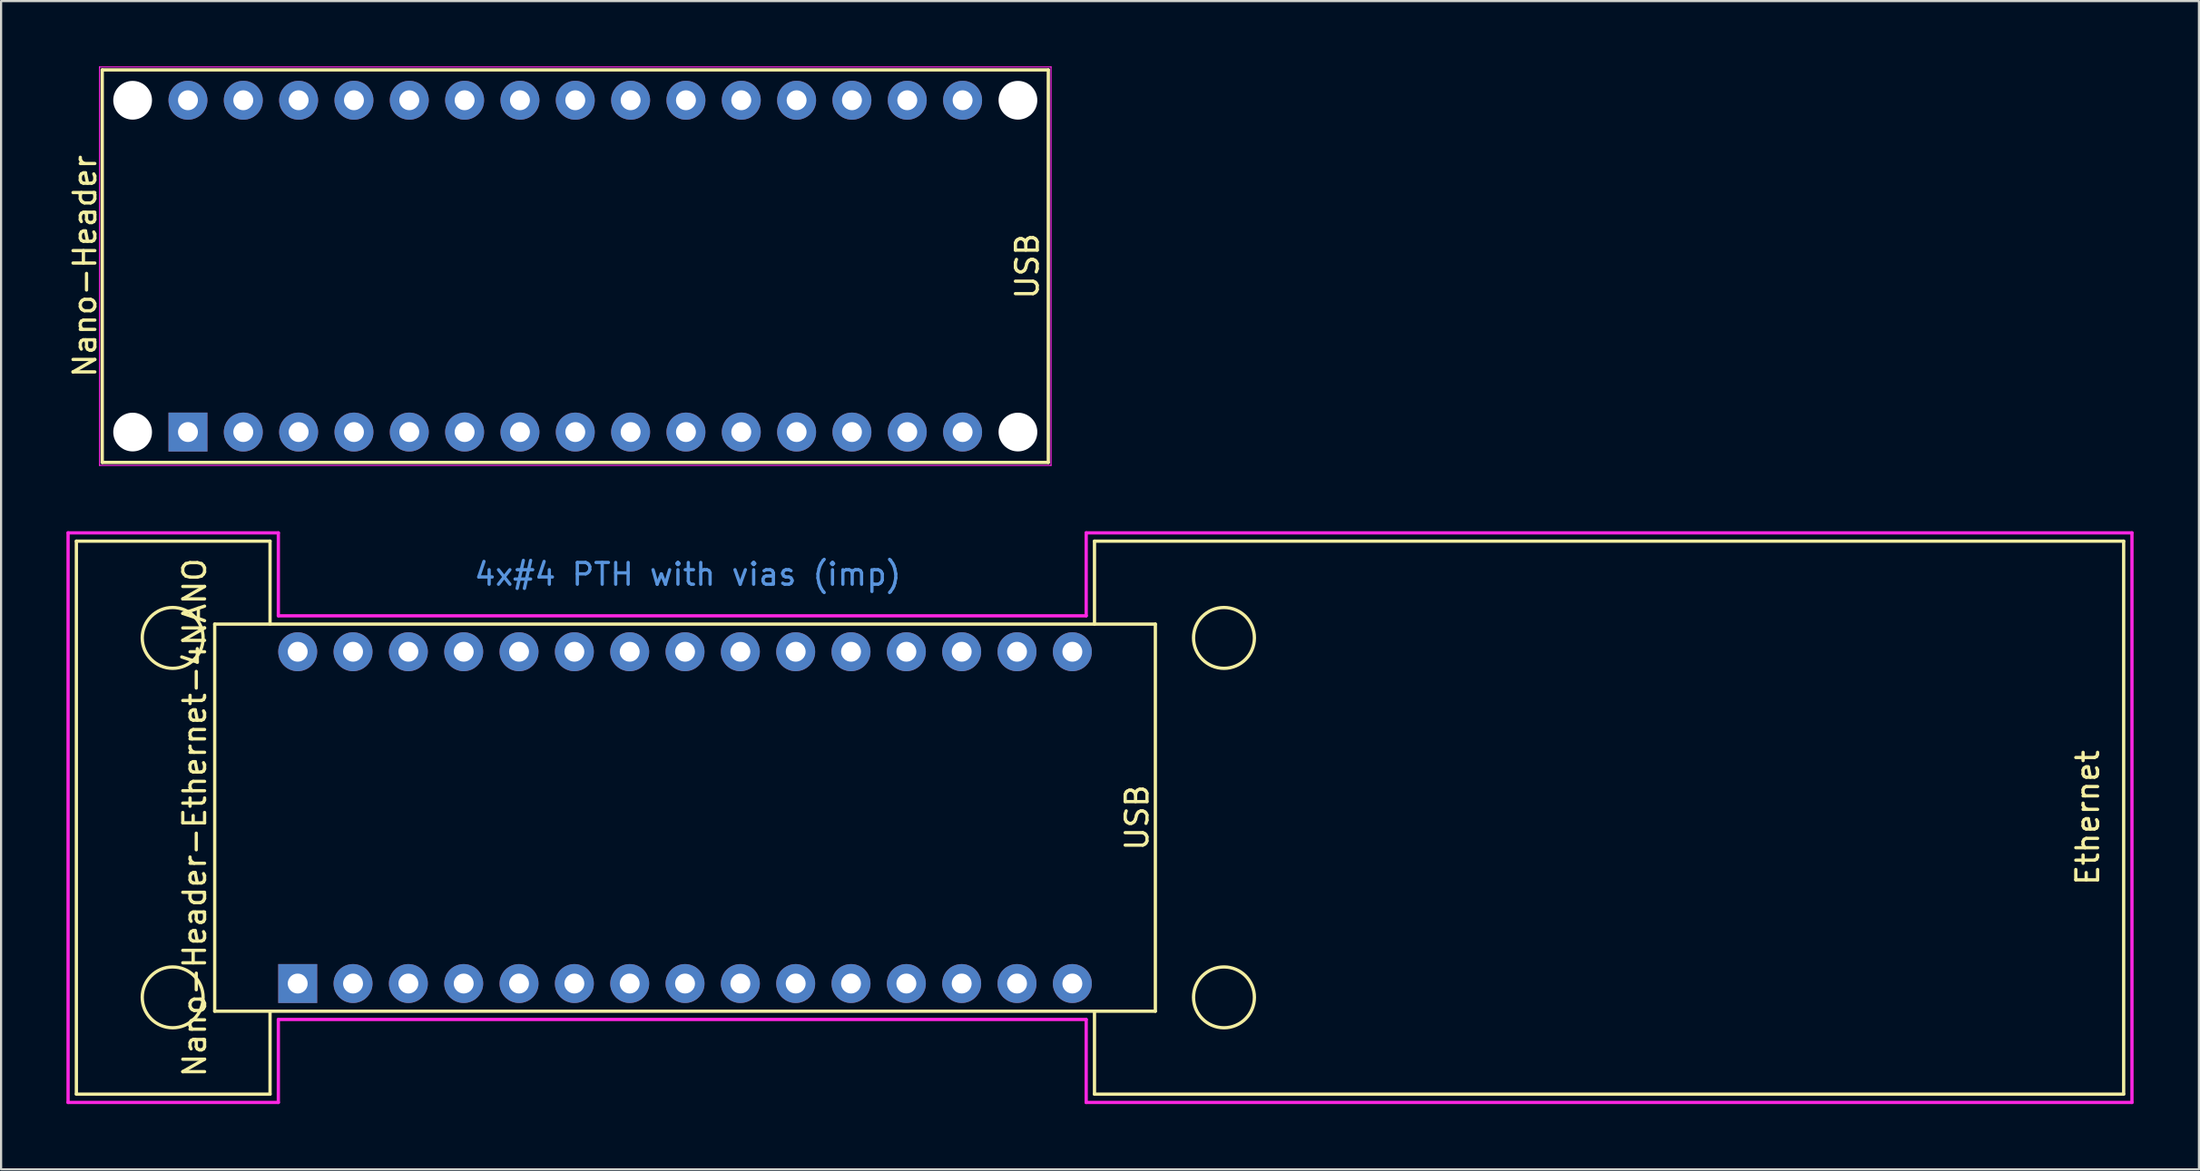
<source format=kicad_pcb>
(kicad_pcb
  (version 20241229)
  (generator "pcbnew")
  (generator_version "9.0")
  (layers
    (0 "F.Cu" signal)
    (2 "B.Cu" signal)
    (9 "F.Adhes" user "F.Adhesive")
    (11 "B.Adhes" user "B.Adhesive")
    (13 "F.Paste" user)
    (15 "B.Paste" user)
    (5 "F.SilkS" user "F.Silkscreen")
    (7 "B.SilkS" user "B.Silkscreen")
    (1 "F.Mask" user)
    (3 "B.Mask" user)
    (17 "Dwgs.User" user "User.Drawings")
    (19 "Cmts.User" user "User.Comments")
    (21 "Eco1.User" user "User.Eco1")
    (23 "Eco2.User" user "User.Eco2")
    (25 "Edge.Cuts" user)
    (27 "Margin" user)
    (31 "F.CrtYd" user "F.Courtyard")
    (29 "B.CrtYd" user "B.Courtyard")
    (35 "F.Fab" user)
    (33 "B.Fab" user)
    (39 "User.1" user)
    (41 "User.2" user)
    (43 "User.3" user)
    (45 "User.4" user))
  (footprint "Nano-Header-Ethernet-4NANO"
    (layer "F.Cu")
    (at 28.396 34.506)
    (property "Reference" "Nano-Header-Ethernet-4NANO" (at -22.51 0 90) (layer "F.SilkS") (effects (font (size 1 1) (thickness 0.15))))
    (attr through_hole)
    (fp_line (start -27.94 -12.7) (end -27.94 12.7) (stroke (width 0.15) (type solid)) (layer "F.SilkS"))
    (fp_line (start -27.94 -12.7) (end -19.05 -12.7) (stroke (width 0.15) (type solid)) (layer "F.SilkS"))
    (fp_line (start -27.94 12.7) (end -19.05 12.7) (stroke (width 0.15) (type solid)) (layer "F.SilkS"))
    (fp_line (start -21.59 -8.89) (end -21.59 8.89) (stroke (width 0.15) (type solid)) (layer "F.SilkS"))
    (fp_line (start -21.59 8.89) (end 21.59 8.89) (stroke (width 0.15) (type solid)) (layer "F.SilkS"))
    (fp_line (start -19.05 -8.89) (end -19.05 -12.7) (stroke (width 0.15) (type solid)) (layer "F.SilkS"))
    (fp_line (start -19.05 12.7) (end -19.05 8.89) (stroke (width 0.15) (type solid)) (layer "F.SilkS"))
    (fp_line (start 18.796 -12.7) (end 18.796 -8.89) (stroke (width 0.15) (type solid)) (layer "F.SilkS"))
    (fp_line (start 18.796 -12.7) (end 66.04 -12.7) (stroke (width 0.15) (type solid)) (layer "F.SilkS"))
    (fp_line (start 18.796 12.7) (end 18.796 8.89) (stroke (width 0.15) (type solid)) (layer "F.SilkS"))
    (fp_line (start 18.796 12.7) (end 66.04 12.7) (stroke (width 0.15) (type solid)) (layer "F.SilkS"))
    (fp_line (start 21.59 -8.89) (end -21.59 -8.89) (stroke (width 0.15) (type solid)) (layer "F.SilkS"))
    (fp_line (start 21.59 8.89) (end 21.59 -8.89) (stroke (width 0.15) (type solid)) (layer "F.SilkS"))
    (fp_line (start 66.04 -12.7) (end 66.04 12.7) (stroke (width 0.15) (type solid)) (layer "F.SilkS"))
    (fp_circle (center -23.52 -8.255) (end -22.123 -8.255) (stroke (width 0.15) (type solid)) (fill no) (layer "F.SilkS"))
    (fp_circle (center -23.52 8.255) (end -22.123 8.255) (stroke (width 0.15) (type solid)) (fill no) (layer "F.SilkS"))
    (fp_circle (center 24.74 -8.255) (end 26.137 -8.255) (stroke (width 0.15) (type solid)) (fill no) (layer "F.SilkS"))
    (fp_circle (center 24.74 8.255) (end 26.137 8.255) (stroke (width 0.15) (type solid)) (fill no) (layer "F.SilkS"))
    (fp_line (start -28.321 -13.081) (end -18.669 -13.081) (stroke (width 0.15) (type solid)) (layer "F.CrtYd"))
    (fp_line (start -28.321 13.081) (end -28.321 -13.081) (stroke (width 0.15) (type solid)) (layer "F.CrtYd"))
    (fp_line (start -18.669 -13.081) (end -18.669 -9.271) (stroke (width 0.15) (type solid)) (layer "F.CrtYd"))
    (fp_line (start -18.669 -9.271) (end 18.415 -9.271) (stroke (width 0.15) (type solid)) (layer "F.CrtYd"))
    (fp_line (start -18.669 9.271) (end -18.669 13.081) (stroke (width 0.15) (type solid)) (layer "F.CrtYd"))
    (fp_line (start -18.669 13.081) (end -28.321 13.081) (stroke (width 0.15) (type solid)) (layer "F.CrtYd"))
    (fp_line (start 18.415 -13.081) (end 66.421 -13.081) (stroke (width 0.15) (type solid)) (layer "F.CrtYd"))
    (fp_line (start 18.415 -9.271) (end 18.415 -13.081) (stroke (width 0.15) (type solid)) (layer "F.CrtYd"))
    (fp_line (start 18.415 9.271) (end -18.669 9.271) (stroke (width 0.15) (type solid)) (layer "F.CrtYd"))
    (fp_line (start 18.415 13.081) (end 18.415 9.271) (stroke (width 0.15) (type solid)) (layer "F.CrtYd"))
    (fp_line (start 66.421 -13.081) (end 66.421 13.081) (stroke (width 0.15) (type solid)) (layer "F.CrtYd"))
    (fp_line (start 66.421 13.081) (end 18.415 13.081) (stroke (width 0.15) (type solid)) (layer "F.CrtYd"))
    (fp_text user "USB" (at 20.75 0 90) (layer "F.SilkS") (effects (font (size 1 1) (thickness 0.15))))
    (fp_text user "Ethernet" (at 64.389 0 90) (layer "F.SilkS") (effects (font (size 1 1) (thickness 0.15))))
    (fp_text user "4x#4 PTH with vias (imp)" (at 0.127 -11.176 0) (layer "Cmts.User") (effects (font (size 1 1) (thickness 0.15))))
    (pad "1" thru_hole rect (at -17.78 7.62) (size 1.788 1.788) (drill 0.914) (layers "*.Cu" "*.Mask"))
    (pad "2" thru_hole circle (at -15.24 7.62) (size 1.788 1.788) (drill 0.914) (layers "*.Cu" "*.Mask"))
    (pad "3" thru_hole circle (at -12.7 7.62) (size 1.788 1.788) (drill 0.914) (layers "*.Cu" "*.Mask"))
    (pad "4" thru_hole circle (at -10.16 7.62) (size 1.788 1.788) (drill 0.914) (layers "*.Cu" "*.Mask"))
    (pad "5" thru_hole circle (at -7.62 7.62) (size 1.788 1.788) (drill 0.914) (layers "*.Cu" "*.Mask"))
    (pad "6" thru_hole circle (at -5.08 7.62) (size 1.788 1.788) (drill 0.914) (layers "*.Cu" "*.Mask"))
    (pad "7" thru_hole circle (at -2.54 7.62) (size 1.788 1.788) (drill 0.914) (layers "*.Cu" "*.Mask"))
    (pad "8" thru_hole circle (at 0 7.62) (size 1.788 1.788) (drill 0.914) (layers "*.Cu" "*.Mask"))
    (pad "9" thru_hole circle (at 2.54 7.62) (size 1.788 1.788) (drill 0.914) (layers "*.Cu" "*.Mask"))
    (pad "10" thru_hole circle (at 5.08 7.62) (size 1.788 1.788) (drill 0.914) (layers "*.Cu" "*.Mask"))
    (pad "11" thru_hole circle (at 7.62 7.62) (size 1.788 1.788) (drill 0.914) (layers "*.Cu" "*.Mask"))
    (pad "12" thru_hole circle (at 10.16 7.62) (size 1.788 1.788) (drill 0.914) (layers "*.Cu" "*.Mask"))
    (pad "13" thru_hole circle (at 12.7 7.62) (size 1.788 1.788) (drill 0.914) (layers "*.Cu" "*.Mask"))
    (pad "14" thru_hole circle (at 15.24 7.62) (size 1.788 1.788) (drill 0.914) (layers "*.Cu" "*.Mask"))
    (pad "15" thru_hole circle (at 17.78 7.62) (size 1.788 1.788) (drill 0.914) (layers "*.Cu" "*.Mask"))
    (pad "16" thru_hole circle (at 17.78 -7.62) (size 1.788 1.788) (drill 0.914) (layers "*.Cu" "*.Mask"))
    (pad "17" thru_hole circle (at 15.24 -7.62) (size 1.788 1.788) (drill 0.914) (layers "*.Cu" "*.Mask"))
    (pad "18" thru_hole circle (at 12.7 -7.62) (size 1.788 1.788) (drill 0.914) (layers "*.Cu" "*.Mask"))
    (pad "19" thru_hole circle (at 10.16 -7.62) (size 1.788 1.788) (drill 0.914) (layers "*.Cu" "*.Mask"))
    (pad "20" thru_hole circle (at 7.62 -7.62) (size 1.788 1.788) (drill 0.914) (layers "*.Cu" "*.Mask"))
    (pad "21" thru_hole circle (at 5.08 -7.62) (size 1.788 1.788) (drill 0.914) (layers "*.Cu" "*.Mask"))
    (pad "22" thru_hole circle (at 2.54 -7.62) (size 1.788 1.788) (drill 0.914) (layers "*.Cu" "*.Mask"))
    (pad "23" thru_hole circle (at 0 -7.62) (size 1.788 1.788) (drill 0.914) (layers "*.Cu" "*.Mask"))
    (pad "24" thru_hole circle (at -2.54 -7.62) (size 1.788 1.788) (drill 0.914) (layers "*.Cu" "*.Mask"))
    (pad "25" thru_hole circle (at -5.08 -7.62) (size 1.788 1.788) (drill 0.914) (layers "*.Cu" "*.Mask"))
    (pad "26" thru_hole circle (at -7.62 -7.62) (size 1.788 1.788) (drill 0.914) (layers "*.Cu" "*.Mask"))
    (pad "27" thru_hole circle (at -10.16 -7.62) (size 1.788 1.788) (drill 0.914) (layers "*.Cu" "*.Mask"))
    (pad "28" thru_hole circle (at -12.7 -7.62) (size 1.788 1.788) (drill 0.914) (layers "*.Cu" "*.Mask"))
    (pad "29" thru_hole circle (at -15.24 -7.62) (size 1.788 1.788) (drill 0.914) (layers "*.Cu" "*.Mask"))
    (pad "30" thru_hole circle (at -17.78 -7.62) (size 1.788 1.788) (drill 0.914) (layers "*.Cu" "*.Mask")))
  (footprint "Nano-Header"
    (layer "F.Cu")
    (at 23.358 9.175)
    (property "Reference" "Nano-Header" (at -22.51 0 90) (layer "F.SilkS") (effects (font (size 1 1) (thickness 0.15))))
    (attr through_hole)
    (fp_line (start -21.714 -9.014) (end -21.714 9.014) (stroke (width 0.15) (type solid)) (layer "F.SilkS"))
    (fp_line (start -21.714 9.014) (end 21.714 9.014) (stroke (width 0.15) (type solid)) (layer "F.SilkS"))
    (fp_line (start 21.714 -9.014) (end -21.714 -9.014) (stroke (width 0.15) (type solid)) (layer "F.SilkS"))
    (fp_line (start 21.714 9.014) (end 21.714 -9.014) (stroke (width 0.15) (type solid)) (layer "F.SilkS"))
    (fp_line (start -21.84 -9.15) (end 21.84 -9.15) (stroke (width 0.05) (type solid)) (layer "F.CrtYd"))
    (fp_line (start -21.84 9.15) (end -21.84 -9.15) (stroke (width 0.05) (type solid)) (layer "F.CrtYd"))
    (fp_line (start 21.84 -9.15) (end 21.84 9.15) (stroke (width 0.05) (type solid)) (layer "F.CrtYd"))
    (fp_line (start 21.84 9.15) (end -21.84 9.15) (stroke (width 0.05) (type solid)) (layer "F.CrtYd"))
    (fp_text user "USB" (at 20.75 0 90) (layer "F.SilkS") (effects (font (size 1 1) (thickness 0.15))))
    (pad "" np_thru_hole circle (at -20.32 -7.62) (size 1.778 1.778) (drill 1.778) (layers "*.Cu" "*.Mask"))
    (pad "" np_thru_hole circle (at -20.32 7.62) (size 1.778 1.778) (drill 1.778) (layers "*.Cu" "*.Mask"))
    (pad "" np_thru_hole circle (at 20.32 -7.62) (size 1.778 1.778) (drill 1.778) (layers "*.Cu" "*.Mask"))
    (pad "" np_thru_hole circle (at 20.32 7.62) (size 1.778 1.778) (drill 1.778) (layers "*.Cu" "*.Mask"))
    (pad "1" thru_hole rect (at -17.78 7.62) (size 1.788 1.788) (drill 0.914) (layers "*.Cu" "*.Mask"))
    (pad "2" thru_hole circle (at -15.24 7.62) (size 1.788 1.788) (drill 0.914) (layers "*.Cu" "*.Mask"))
    (pad "3" thru_hole circle (at -12.7 7.62) (size 1.788 1.788) (drill 0.914) (layers "*.Cu" "*.Mask"))
    (pad "4" thru_hole circle (at -10.16 7.62) (size 1.788 1.788) (drill 0.914) (layers "*.Cu" "*.Mask"))
    (pad "5" thru_hole circle (at -7.62 7.62) (size 1.788 1.788) (drill 0.914) (layers "*.Cu" "*.Mask"))
    (pad "6" thru_hole circle (at -5.08 7.62) (size 1.788 1.788) (drill 0.914) (layers "*.Cu" "*.Mask"))
    (pad "7" thru_hole circle (at -2.54 7.62) (size 1.788 1.788) (drill 0.914) (layers "*.Cu" "*.Mask"))
    (pad "8" thru_hole circle (at 0 7.62) (size 1.788 1.788) (drill 0.914) (layers "*.Cu" "*.Mask"))
    (pad "9" thru_hole circle (at 2.54 7.62) (size 1.788 1.788) (drill 0.914) (layers "*.Cu" "*.Mask"))
    (pad "10" thru_hole circle (at 5.08 7.62) (size 1.788 1.788) (drill 0.914) (layers "*.Cu" "*.Mask"))
    (pad "11" thru_hole circle (at 7.62 7.62) (size 1.788 1.788) (drill 0.914) (layers "*.Cu" "*.Mask"))
    (pad "12" thru_hole circle (at 10.16 7.62) (size 1.788 1.788) (drill 0.914) (layers "*.Cu" "*.Mask"))
    (pad "13" thru_hole circle (at 12.7 7.62) (size 1.788 1.788) (drill 0.914) (layers "*.Cu" "*.Mask"))
    (pad "14" thru_hole circle (at 15.24 7.62) (size 1.788 1.788) (drill 0.914) (layers "*.Cu" "*.Mask"))
    (pad "15" thru_hole circle (at 17.78 7.62) (size 1.788 1.788) (drill 0.914) (layers "*.Cu" "*.Mask"))
    (pad "16" thru_hole circle (at 17.78 -7.62) (size 1.788 1.788) (drill 0.914) (layers "*.Cu" "*.Mask"))
    (pad "17" thru_hole circle (at 15.24 -7.62) (size 1.788 1.788) (drill 0.914) (layers "*.Cu" "*.Mask"))
    (pad "18" thru_hole circle (at 12.7 -7.62) (size 1.788 1.788) (drill 0.914) (layers "*.Cu" "*.Mask"))
    (pad "19" thru_hole circle (at 10.16 -7.62) (size 1.788 1.788) (drill 0.914) (layers "*.Cu" "*.Mask"))
    (pad "20" thru_hole circle (at 7.62 -7.62) (size 1.788 1.788) (drill 0.914) (layers "*.Cu" "*.Mask"))
    (pad "21" thru_hole circle (at 5.08 -7.62) (size 1.788 1.788) (drill 0.914) (layers "*.Cu" "*.Mask"))
    (pad "22" thru_hole circle (at 2.54 -7.62) (size 1.788 1.788) (drill 0.914) (layers "*.Cu" "*.Mask"))
    (pad "23" thru_hole circle (at 0 -7.62) (size 1.788 1.788) (drill 0.914) (layers "*.Cu" "*.Mask"))
    (pad "24" thru_hole circle (at -2.54 -7.62) (size 1.788 1.788) (drill 0.914) (layers "*.Cu" "*.Mask"))
    (pad "25" thru_hole circle (at -5.08 -7.62) (size 1.788 1.788) (drill 0.914) (layers "*.Cu" "*.Mask"))
    (pad "26" thru_hole circle (at -7.62 -7.62) (size 1.788 1.788) (drill 0.914) (layers "*.Cu" "*.Mask"))
    (pad "27" thru_hole circle (at -10.16 -7.62) (size 1.788 1.788) (drill 0.914) (layers "*.Cu" "*.Mask"))
    (pad "28" thru_hole circle (at -12.7 -7.62) (size 1.788 1.788) (drill 0.914) (layers "*.Cu" "*.Mask"))
    (pad "29" thru_hole circle (at -15.24 -7.62) (size 1.788 1.788) (drill 0.914) (layers "*.Cu" "*.Mask"))
    (pad "30" thru_hole circle (at -17.78 -7.62) (size 1.788 1.788) (drill 0.914) (layers "*.Cu" "*.Mask")))
  (gr_rect
    (start -3 -3)
    (end 97.892 50.662)
    (stroke (width 0.1) (type default))
    (fill no)
    (layer "Edge.Cuts")))
</source>
